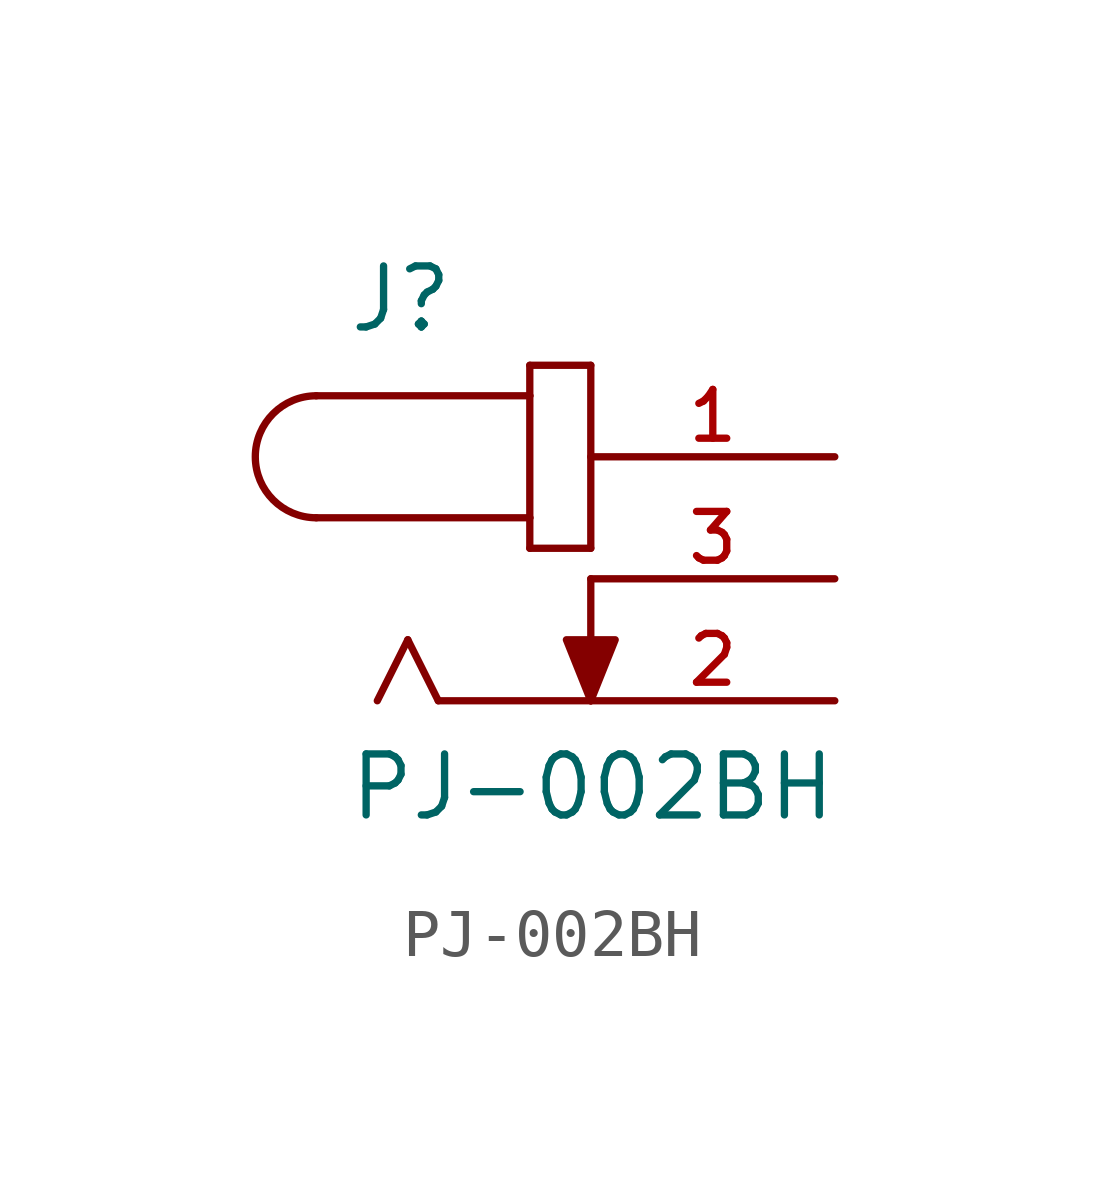
<source format=kicad_sym>
(kicad_symbol_lib
  (version 20211014)
  (generator kicad_symbol_editor)
  (symbol "PJ-002BH"
    (pin_names
      (offset 1.016))
    (property "Reference" "J"
      (at -5.08 5.08 0)
      (effects (font (size 1.27 1.27)) (justify bottom left)))
    (property "Value" "PJ-002BH"
      (at -5.08 -5.08 0)
      (effects (font (size 1.27 1.27)) (justify bottom left)))
    (symbol "PJ-002BH_0_0"
      (arc (start -5.715 3.81) (mid -6.985 2.54) (end -5.715 1.27) (stroke (width 0.1524) (type default) (color 0 0 0 0)) (fill (type none)))
      (polyline (pts (xy -5.715 3.81) (xy -1.27 3.81)) (stroke (width 0.152)))
      (polyline (pts (xy -1.27 3.81) (xy -1.27 1.27)) (stroke (width 0.152)))
      (polyline (pts (xy -1.27 1.27) (xy -5.715 1.27)) (stroke (width 0.152)))
      (polyline (pts (xy -1.27 1.27) (xy -1.27 0.635)) (stroke (width 0.152)))
      (polyline (pts (xy -1.27 0.635) (xy 0.0 0.635)) (stroke (width 0.152)))
      (polyline (pts (xy 0.0 0.635) (xy 0.0 4.445)) (stroke (width 0.152)))
      (polyline (pts (xy 0.0 4.445) (xy -1.27 4.445)) (stroke (width 0.152)))
      (polyline (pts (xy -1.27 4.445) (xy -1.27 3.81)) (stroke (width 0.152)))
      (polyline (pts (xy 0.0 -2.54) (xy -3.175 -2.54)) (stroke (width 0.152)))
      (polyline (pts (xy -3.175 -2.54) (xy -3.81 -1.27)) (stroke (width 0.152)))
      (polyline (pts (xy -3.81 -1.27) (xy -4.445 -2.54)) (stroke (width 0.152)))
      (polyline (pts (xy 0.0 0.0) (xy 0.0 -2.54)) (stroke (width 0.152)))
      (polyline (pts (xy 0.0 -2.54) (xy -0.508 -1.27) (xy 0.508 -1.27) (xy 0.0 -2.54)) (stroke (width 0.152)) (fill (type outline)))
      (pin passive line (at 5.08 2.54 180.0) (length 5.08) (name "~" (effects (font (size 1.016 1.016)))) (number "1" (effects (font (size 1.016 1.016)))))
      (pin passive line (at 5.08 0.0 180.0) (length 5.08) (name "~" (effects (font (size 1.016 1.016)))) (number "3" (effects (font (size 1.016 1.016)))))
      (pin passive line (at 5.08 -2.54 180.0) (length 5.08) (name "~" (effects (font (size 1.016 1.016)))) (number "2" (effects (font (size 1.016 1.016))))))))
</source>
